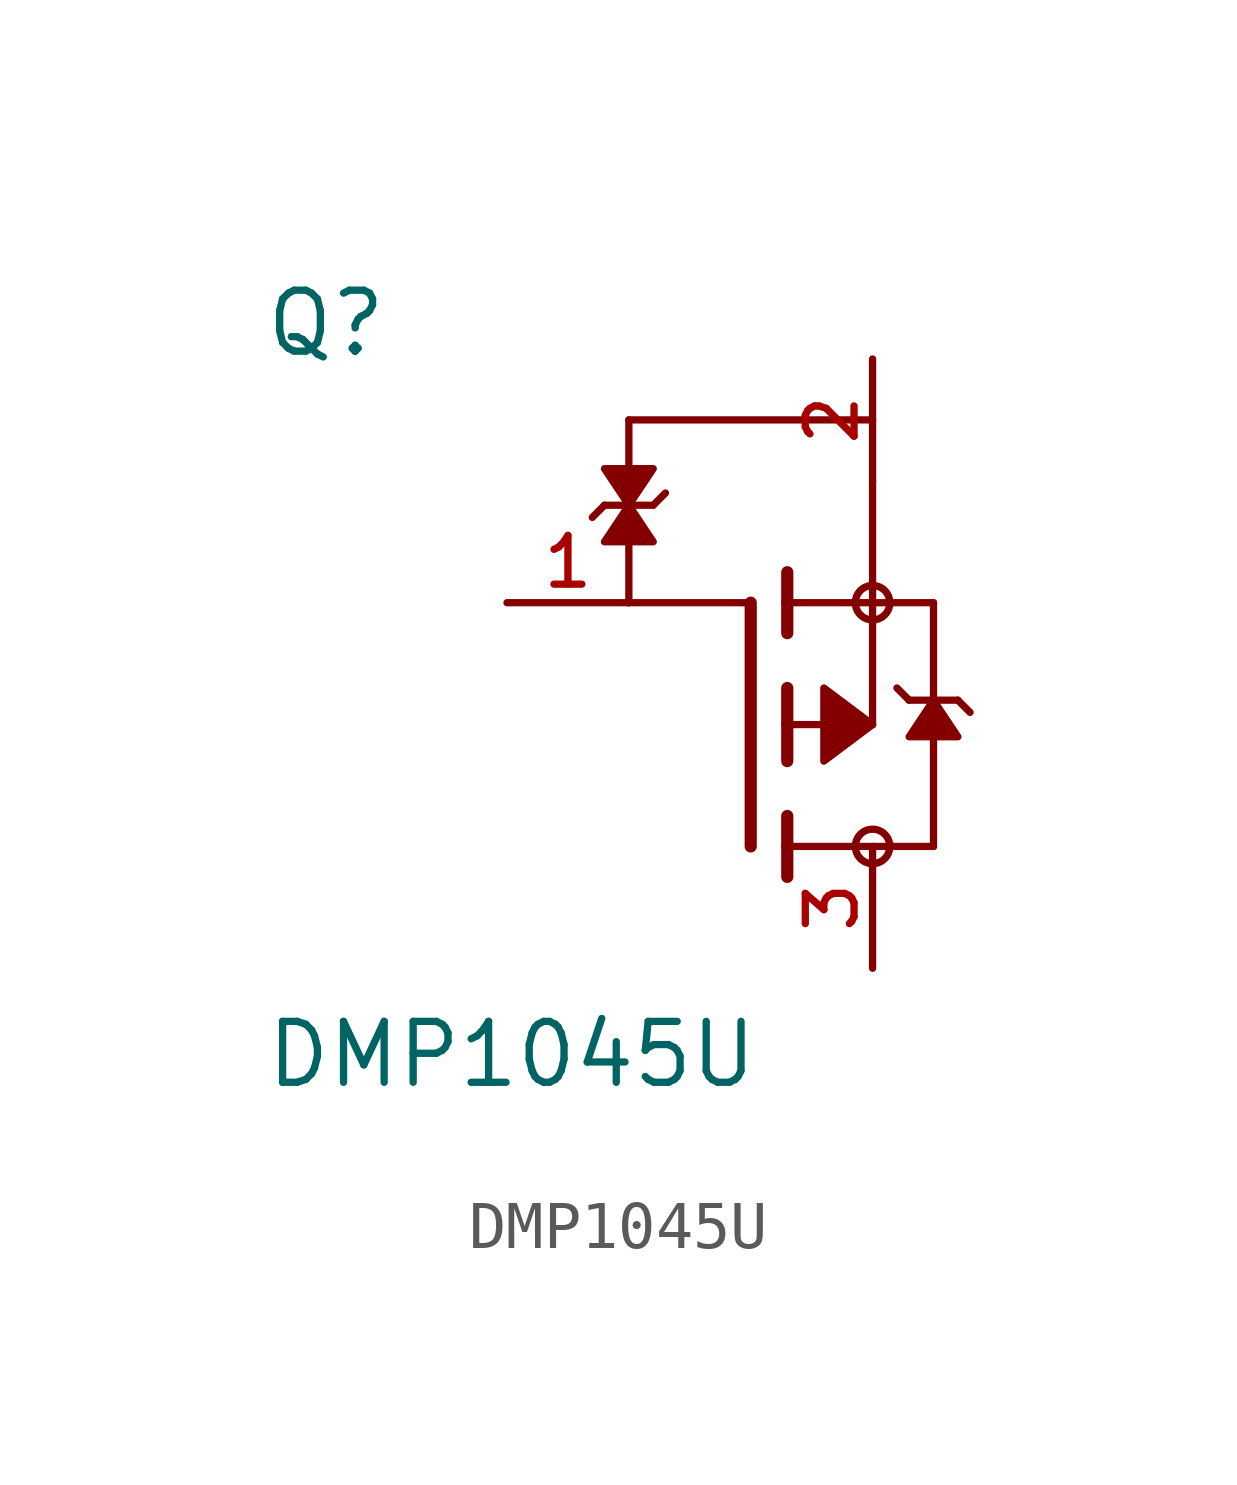
<source format=kicad_sym>
(kicad_symbol_lib
  (version 20241209)
  (generator "kicad_symbol_editor")
  (generator_version "9.0")
  (symbol "DMP1045U"
    (pin_names
      (offset 1.016))
    (property "Reference" "Q"
      (at -10.16 7.62 0)
      (effects (font (size 1.27 1.27)) (justify left bottom)))
    (property "Value" "DMP1045U"
      (at -10.16 -7.62 0)
      (effects (font (size 1.27 1.27)) (justify left bottom)))
    (symbol "DMP1045U_0_0"
      (polyline (pts (xy -3.048 4.572) (xy -3.302 4.318)) (stroke (width 0.152) (type default)) (fill (type none)))
      (polyline (pts (xy -2.54 6.35) (xy -2.54 5.334)) (stroke (width 0.152) (type default)) (fill (type none)))
      (polyline (pts (xy -2.54 6.35) (xy 2.54 6.35)) (stroke (width 0.152) (type default)) (fill (type none)))
      (polyline (pts (xy -2.54 4.572) (xy -3.048 4.572)) (stroke (width 0.152) (type default)) (fill (type none)))
      (polyline (pts (xy -2.54 4.572) (xy -3.048 5.334) (xy -2.032 5.334) (xy -2.54 4.572)) (stroke (width 0.152) (type default)) (fill (type outline)))
      (polyline (pts (xy -2.54 4.572) (xy -2.032 3.81) (xy -3.048 3.81) (xy -2.54 4.572)) (stroke (width 0.152) (type default)) (fill (type outline)))
      (polyline (pts (xy -2.54 2.54) (xy -2.54 4.572)) (stroke (width 0.152) (type default)) (fill (type none)))
      (polyline (pts (xy -2.54 2.54) (xy 0 2.54)) (stroke (width 0.152) (type default)) (fill (type none)))
      (polyline (pts (xy -2.032 4.572) (xy -2.54 4.572)) (stroke (width 0.152) (type default)) (fill (type none)))
      (polyline (pts (xy -1.778 4.826) (xy -2.032 4.572)) (stroke (width 0.152) (type default)) (fill (type none)))
      (polyline (pts (xy 0 -2.54) (xy 0 2.54)) (stroke (width 0.254) (type default)) (fill (type none)))
      (polyline (pts (xy 0.762 2.54) (xy 0.762 3.175)) (stroke (width 0.254) (type default)) (fill (type none)))
      (polyline (pts (xy 0.762 1.905) (xy 0.762 2.54)) (stroke (width 0.254) (type default)) (fill (type none)))
      (polyline (pts (xy 0.762 0) (xy 0.762 0.762)) (stroke (width 0.254) (type default)) (fill (type none)))
      (polyline (pts (xy 0.762 0) (xy 2.54 0)) (stroke (width 0.152) (type default)) (fill (type none)))
      (polyline (pts (xy 0.762 -0.762) (xy 0.762 0)) (stroke (width 0.254) (type default)) (fill (type none)))
      (polyline (pts (xy 0.762 -2.54) (xy 0.762 -1.905)) (stroke (width 0.254) (type default)) (fill (type none)))
      (polyline (pts (xy 0.762 -2.54) (xy 3.81 -2.54)) (stroke (width 0.152) (type default)) (fill (type none)))
      (polyline (pts (xy 0.762 -3.175) (xy 0.762 -2.54)) (stroke (width 0.254) (type default)) (fill (type none)))
      (polyline (pts (xy 2.54 2.54) (xy 0.762 2.54)) (stroke (width 0.152) (type default)) (fill (type none)))
      (polyline (pts (xy 2.54 2.54) (xy 2.54 5.08)) (stroke (width 0.152) (type default)) (fill (type none)))
      (polyline (pts (xy 2.54 2.54) (xy 3.81 2.54)) (stroke (width 0.152) (type default)) (fill (type none)))
      (circle (center 2.54 2.54) (radius 0.359) (stroke (width 0) (type default)) (fill (type none)))
      (polyline (pts (xy 2.54 0) (xy 2.54 2.54)) (stroke (width 0.152) (type default)) (fill (type none)))
      (polyline (pts (xy 2.54 0) (xy 1.524 0.762) (xy 1.524 -0.762) (xy 2.54 0)) (stroke (width 0.152) (type default)) (fill (type outline)))
      (circle (center 2.54 -2.54) (radius 0.359) (stroke (width 0) (type default)) (fill (type none)))
      (polyline (pts (xy 3.048 0.762) (xy 3.302 0.508)) (stroke (width 0.152) (type default)) (fill (type none)))
      (polyline (pts (xy 3.302 0.508) (xy 3.81 0.508)) (stroke (width 0.152) (type default)) (fill (type none)))
      (polyline (pts (xy 3.81 0.508) (xy 3.81 2.54)) (stroke (width 0.152) (type default)) (fill (type none)))
      (polyline (pts (xy 3.81 0.508) (xy 4.318 0.508)) (stroke (width 0.152) (type default)) (fill (type none)))
      (polyline (pts (xy 3.81 0.508) (xy 4.318 -0.254) (xy 3.302 -0.254) (xy 3.81 0.508)) (stroke (width 0.152) (type default)) (fill (type outline)))
      (polyline (pts (xy 3.81 -2.54) (xy 3.81 0.508)) (stroke (width 0.152) (type default)) (fill (type none)))
      (polyline (pts (xy 4.318 0.508) (xy 4.572 0.254)) (stroke (width 0.152) (type default)) (fill (type none)))
      (pin passive line (at -5.08 2.54 0) (length 2.54) (name "~" (effects (font (size 1.016 1.016)))) (number "1" (effects (font (size 1.016 1.016)))))
      (pin passive line (at 2.54 7.62 270) (length 2.54) (name "~" (effects (font (size 1.016 1.016)))) (number "2" (effects (font (size 1.016 1.016)))))
      (pin passive line (at 2.54 -5.08 90) (length 2.54) (name "~" (effects (font (size 1.016 1.016)))) (number "3" (effects (font (size 1.016 1.016))))))))
</source>
